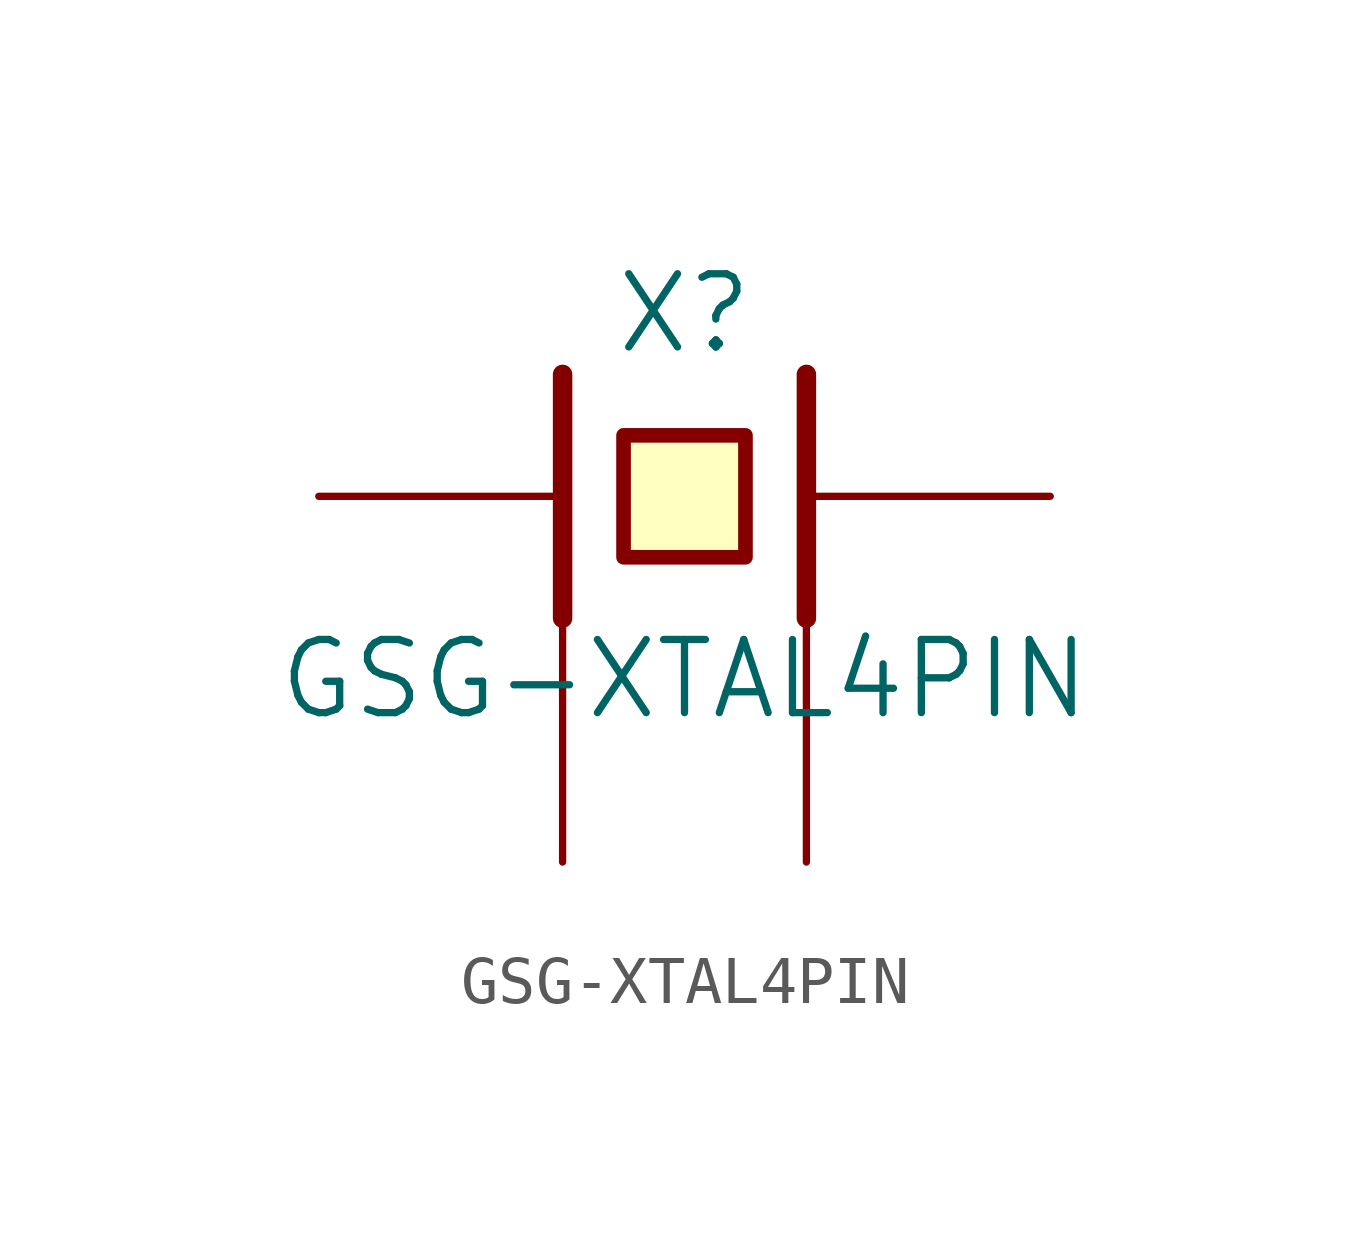
<source format=kicad_sym>
(kicad_symbol_lib
  (version 20211014)
  (generator kicad_symbol_editor)
  (symbol "GSG-XTAL4PIN"
    (pin_numbers hide)
    (pin_names
      (offset 1.016) hide)
    (property "Reference" "X"
      (at 0 3.81 0)
      (effects (font (size 1.524 1.524))))
    (property "Value" "GSG-XTAL4PIN"
      (at 0 -3.81 0)
      (effects (font (size 1.524 1.524))))
    (property "Footprint" ""
      (at 0 0 0)
      (effects (font (size 1.524 1.524))))
    (property "Datasheet" ""
      (at 0 0 0)
      (effects (font (size 1.524 1.524))))
    (symbol "GSG-XTAL4PIN_0_1"
      (polyline (pts (xy -2.54 2.54) (xy -2.54 -2.54)) (stroke (width 0.406) (type default) (color 0 0 0 0)) (fill (type none)))
      (polyline (pts (xy 2.54 2.54) (xy 2.54 -2.54)) (stroke (width 0.406) (type default) (color 0 0 0 0)) (fill (type none)))
      (polyline (pts (xy -1.27 1.27) (xy 1.27 1.27) (xy 1.27 -1.27) (xy -1.27 -1.27) (xy -1.27 1.27)) (stroke (width 0.305) (type default) (color 0 0 0 0)) (fill (type background))))
    (symbol "GSG-XTAL4PIN_1_1"
      (pin passive line (at -7.62 0 0) (length 5.08) (name "1" (effects (font (size 1.016 1.016)))) (number "1" (effects (font (size 1.016 1.016)))))
      (pin passive line (at -2.54 -7.62 90) (length 5.08) (name "2" (effects (font (size 1.016 1.016)))) (number "2" (effects (font (size 1.016 1.016)))))
      (pin passive line (at 7.62 0 180) (length 5.08) (name "3" (effects (font (size 1.016 1.016)))) (number "3" (effects (font (size 1.016 1.016)))))
      (pin passive line (at 2.54 -7.62 90) (length 5.08) (name "4" (effects (font (size 1.016 1.016)))) (number "4" (effects (font (size 1.016 1.016))))))))
</source>
